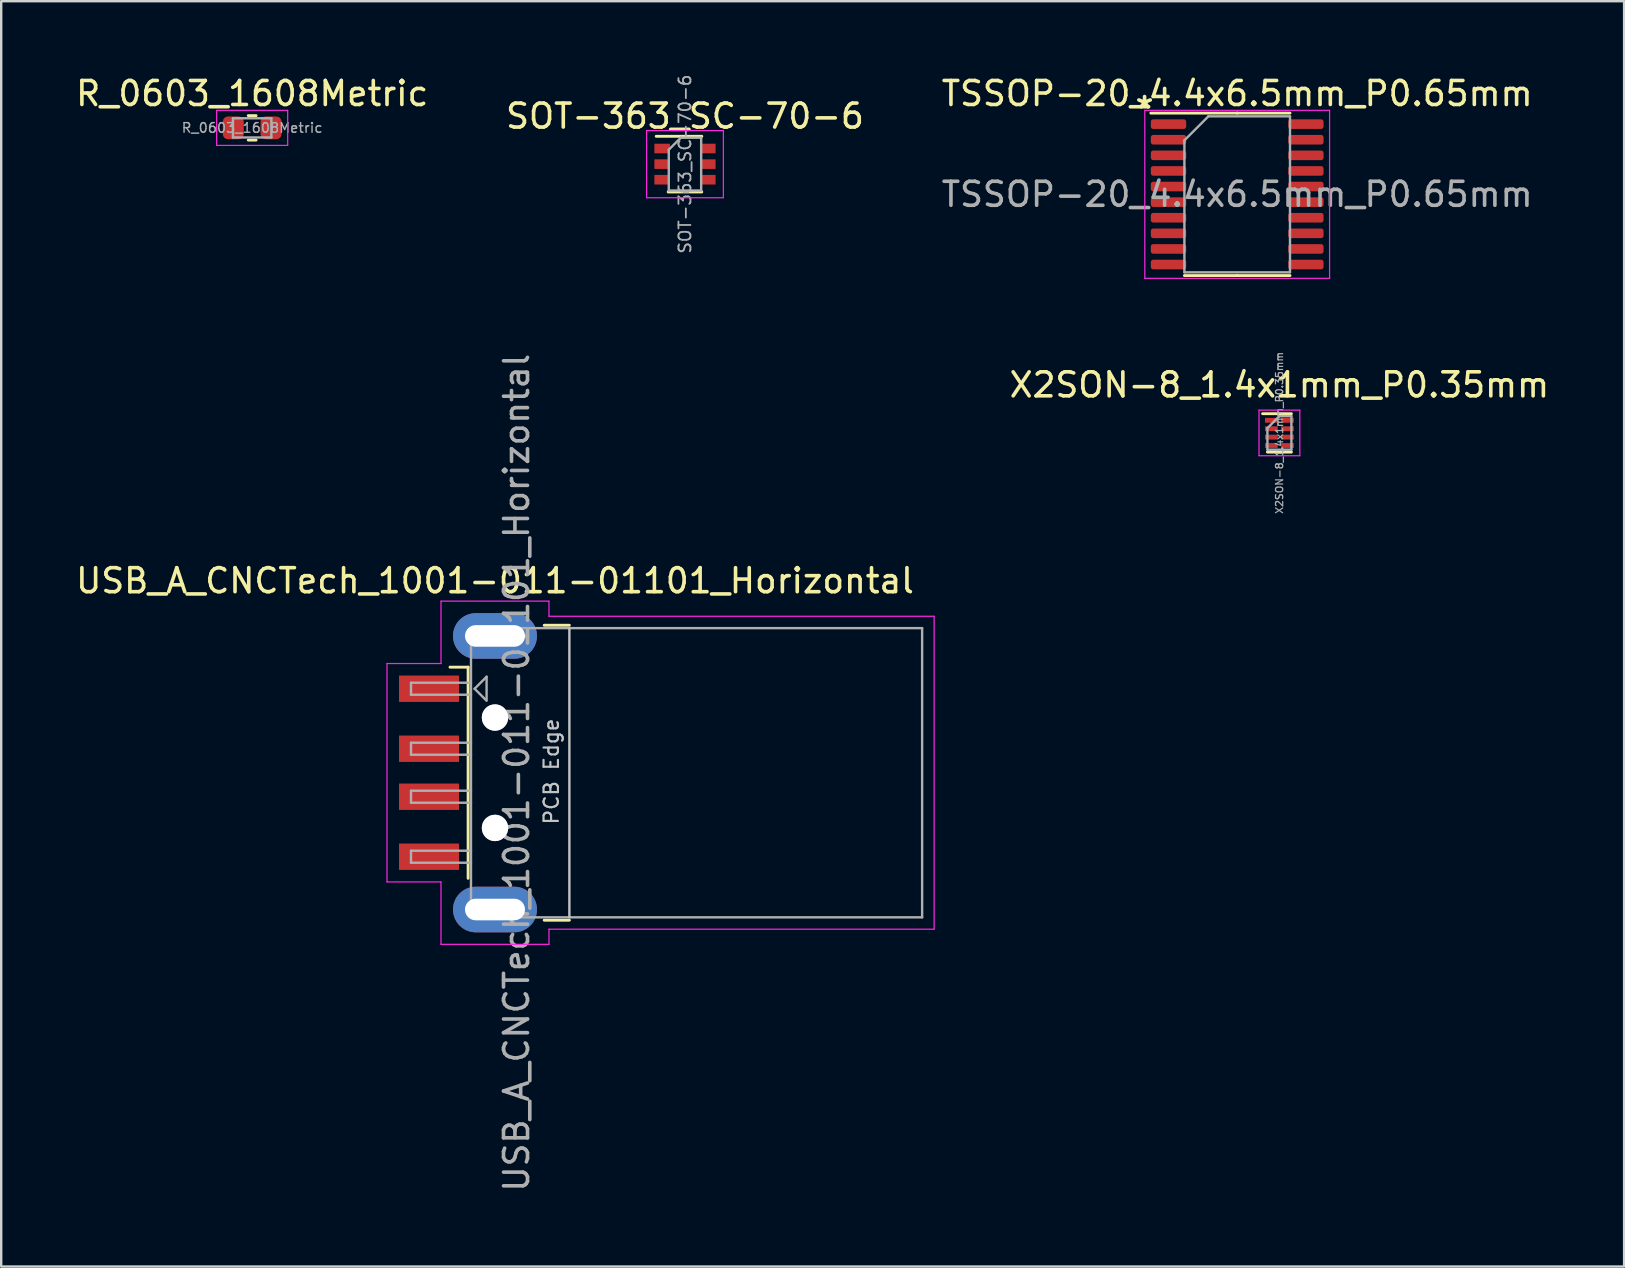
<source format=kicad_pcb>
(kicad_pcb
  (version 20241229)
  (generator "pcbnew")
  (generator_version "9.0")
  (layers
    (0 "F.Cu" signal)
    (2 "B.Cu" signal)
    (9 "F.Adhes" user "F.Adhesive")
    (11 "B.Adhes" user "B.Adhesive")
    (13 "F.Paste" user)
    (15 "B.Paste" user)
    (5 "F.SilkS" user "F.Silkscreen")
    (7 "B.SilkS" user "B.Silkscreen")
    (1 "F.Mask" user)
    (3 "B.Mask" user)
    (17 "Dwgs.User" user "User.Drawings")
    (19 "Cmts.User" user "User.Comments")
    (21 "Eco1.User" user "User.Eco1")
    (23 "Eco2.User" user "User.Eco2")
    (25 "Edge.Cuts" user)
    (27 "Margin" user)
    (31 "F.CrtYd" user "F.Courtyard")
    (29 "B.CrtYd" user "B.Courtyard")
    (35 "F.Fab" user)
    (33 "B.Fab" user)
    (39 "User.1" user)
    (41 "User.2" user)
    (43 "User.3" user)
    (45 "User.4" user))
  (footprint "USB_A_CNCTech_1001-011-01101_Horizontal"
    (layer "F.Cu")
    (at 24.477 29.151)
    (property "Reference" "USB_A_CNCTech_1001-011-01101_Horizontal" (at -6.9 -8 0) (layer "F.SilkS") (effects (font (size 1 1) (thickness 0.15))))
    (attr smd)
    (fp_line (start -8.02 -4.4) (end -8.775 -4.4) (stroke (width 0.12) (type solid)) (layer "F.SilkS"))
    (fp_line (start -8.02 -4.4) (end -8.02 4.4) (stroke (width 0.12) (type solid)) (layer "F.SilkS"))
    (fp_line (start -4.85 -6.145) (end -3.8 -6.145) (stroke (width 0.12) (type solid)) (layer "F.SilkS"))
    (fp_line (start -4.85 6.145) (end -3.8 6.145) (stroke (width 0.12) (type solid)) (layer "F.SilkS"))
    (fp_line (start -3.8 6.025) (end -3.8 -6.025) (stroke (width 0.1) (type solid)) (layer "Dwgs.User"))
    (fp_line (start -11.4 -4.55) (end -9.15 -4.55) (stroke (width 0.05) (type solid)) (layer "F.CrtYd"))
    (fp_line (start -11.4 4.55) (end -11.4 -4.55) (stroke (width 0.05) (type solid)) (layer "F.CrtYd"))
    (fp_line (start -11.4 4.55) (end -9.15 4.55) (stroke (width 0.05) (type solid)) (layer "F.CrtYd"))
    (fp_line (start -9.15 -7.15) (end -9.15 -4.55) (stroke (width 0.05) (type solid)) (layer "F.CrtYd"))
    (fp_line (start -9.15 -7.15) (end -4.65 -7.15) (stroke (width 0.05) (type solid)) (layer "F.CrtYd"))
    (fp_line (start -9.15 4.55) (end -9.15 7.15) (stroke (width 0.05) (type solid)) (layer "F.CrtYd"))
    (fp_line (start -9.15 7.15) (end -4.65 7.15) (stroke (width 0.05) (type solid)) (layer "F.CrtYd"))
    (fp_line (start -4.65 -6.52) (end -4.65 -7.15) (stroke (width 0.05) (type solid)) (layer "F.CrtYd"))
    (fp_line (start -4.65 -6.52) (end 11.4 -6.52) (stroke (width 0.05) (type solid)) (layer "F.CrtYd"))
    (fp_line (start -4.65 6.52) (end 11.4 6.52) (stroke (width 0.05) (type solid)) (layer "F.CrtYd"))
    (fp_line (start -4.65 7.15) (end -4.65 6.52) (stroke (width 0.05) (type solid)) (layer "F.CrtYd"))
    (fp_line (start 11.4 6.52) (end 11.4 -6.52) (stroke (width 0.05) (type solid)) (layer "F.CrtYd"))
    (fp_line (start -10.4 -3.75) (end -7.9 -3.75) (stroke (width 0.1) (type solid)) (layer "F.Fab"))
    (fp_line (start -10.4 -3.25) (end -10.4 -3.75) (stroke (width 0.1) (type solid)) (layer "F.Fab"))
    (fp_line (start -10.4 -3.25) (end -7.9 -3.25) (stroke (width 0.1) (type solid)) (layer "F.Fab"))
    (fp_line (start -10.4 -1.25) (end -7.9 -1.25) (stroke (width 0.1) (type solid)) (layer "F.Fab"))
    (fp_line (start -10.4 -0.75) (end -10.4 -1.25) (stroke (width 0.1) (type solid)) (layer "F.Fab"))
    (fp_line (start -10.4 -0.75) (end -7.9 -0.75) (stroke (width 0.1) (type solid)) (layer "F.Fab"))
    (fp_line (start -10.4 0.75) (end -7.9 0.75) (stroke (width 0.1) (type solid)) (layer "F.Fab"))
    (fp_line (start -10.4 1.25) (end -10.4 0.75) (stroke (width 0.1) (type solid)) (layer "F.Fab"))
    (fp_line (start -10.4 1.25) (end -7.9 1.25) (stroke (width 0.1) (type solid)) (layer "F.Fab"))
    (fp_line (start -10.4 3.25) (end -7.9 3.25) (stroke (width 0.1) (type solid)) (layer "F.Fab"))
    (fp_line (start -10.4 3.75) (end -10.4 3.25) (stroke (width 0.1) (type solid)) (layer "F.Fab"))
    (fp_line (start -10.4 3.75) (end -7.9 3.75) (stroke (width 0.1) (type solid)) (layer "F.Fab"))
    (fp_line (start -7.9 -6.025) (end 10.9 -6.025) (stroke (width 0.1) (type solid)) (layer "F.Fab"))
    (fp_line (start -7.9 6.025) (end -7.9 -6.025) (stroke (width 0.1) (type solid)) (layer "F.Fab"))
    (fp_line (start -7.9 6.025) (end 10.9 6.025) (stroke (width 0.1) (type solid)) (layer "F.Fab"))
    (fp_line (start -7.75 -3.5) (end -7.25 -4) (stroke (width 0.1) (type solid)) (layer "F.Fab"))
    (fp_line (start -7.75 -3.5) (end -7.25 -3) (stroke (width 0.1) (type solid)) (layer "F.Fab"))
    (fp_line (start -7.25 -4) (end -7.25 -3.05) (stroke (width 0.1) (type solid)) (layer "F.Fab"))
    (fp_line (start 10.9 6.025) (end 10.9 -6.025) (stroke (width 0.1) (type solid)) (layer "F.Fab"))
    (fp_circle (center -6.9 -2.3) (end -6.9 -2.8) (stroke (width 0.1) (type solid)) (fill no) (layer "F.Fab"))
    (fp_circle (center -6.9 2.3) (end -6.9 2.8) (stroke (width 0.1) (type solid)) (fill no) (layer "F.Fab"))
    (fp_text user "PCB Edge" (at -4.55 -0.05 90) (layer "Dwgs.User") (effects (font (size 0.6 0.6) (thickness 0.09))))
    (fp_text user "${REFERENCE}" (at -6 0 90) (layer "F.Fab") (effects (font (size 1 1) (thickness 0.15))))
    (pad "" np_thru_hole circle (at -6.9 -2.3) (size 1.1 1.1) (drill 1.1) (layers "*.Cu" "*.Mask"))
    (pad "" np_thru_hole circle (at -6.9 2.3) (size 1.1 1.1) (drill 1.1) (layers "*.Cu" "*.Mask"))
    (pad "1" smd rect (at -9.65 -3.5) (size 2.5 1.1) (layers "F.Cu" "F.Mask" "F.Paste"))
    (pad "2" smd rect (at -9.65 -1) (size 2.5 1.1) (layers "F.Cu" "F.Mask" "F.Paste"))
    (pad "3" smd rect (at -9.65 1) (size 2.5 1.1) (layers "F.Cu" "F.Mask" "F.Paste"))
    (pad "4" smd rect (at -9.65 3.5) (size 2.5 1.1) (layers "F.Cu" "F.Mask" "F.Paste"))
    (pad "5" thru_hole oval (at -6.9 -5.7) (size 3.5 1.9) (drill oval 2.5 0.9) (layers "*.Cu" "*.Mask"))
    (pad "5" thru_hole oval (at -6.9 5.7) (size 3.5 1.9) (drill oval 2.5 0.9) (layers "*.Cu" "*.Mask")))
  (footprint "TSSOP-20_4.4x6.5mm_P0.65mm"
    (layer "F.Cu")
    (at 48.506 5.048)
    (property "Reference" "TSSOP-20_4.4x6.5mm_P0.65mm" (at 0 -4.2 0) (layer "F.SilkS") (effects (font (size 1 1) (thickness 0.15))))
    (attr smd)
    (fp_line (start 0 -3.385) (end -3.6 -3.385) (stroke (width 0.12) (type solid)) (layer "F.SilkS"))
    (fp_line (start 0 -3.385) (end 2.2 -3.385) (stroke (width 0.12) (type solid)) (layer "F.SilkS"))
    (fp_line (start 0 3.385) (end -2.2 3.385) (stroke (width 0.12) (type solid)) (layer "F.SilkS"))
    (fp_line (start 0 3.385) (end 2.2 3.385) (stroke (width 0.12) (type solid)) (layer "F.SilkS"))
    (fp_line (start -3.85 -3.5) (end -3.85 3.5) (stroke (width 0.05) (type solid)) (layer "F.CrtYd"))
    (fp_line (start -3.85 3.5) (end 3.85 3.5) (stroke (width 0.05) (type solid)) (layer "F.CrtYd"))
    (fp_line (start 3.85 -3.5) (end -3.85 -3.5) (stroke (width 0.05) (type solid)) (layer "F.CrtYd"))
    (fp_line (start 3.85 3.5) (end 3.85 -3.5) (stroke (width 0.05) (type solid)) (layer "F.CrtYd"))
    (fp_line (start -2.2 -2.25) (end -1.2 -3.25) (stroke (width 0.1) (type solid)) (layer "F.Fab"))
    (fp_line (start -2.2 3.25) (end -2.2 -2.25) (stroke (width 0.1) (type solid)) (layer "F.Fab"))
    (fp_line (start -1.2 -3.25) (end 2.2 -3.25) (stroke (width 0.1) (type solid)) (layer "F.Fab"))
    (fp_line (start 2.2 -3.25) (end 2.2 3.25) (stroke (width 0.1) (type solid)) (layer "F.Fab"))
    (fp_line (start 2.2 3.25) (end -2.2 3.25) (stroke (width 0.1) (type solid)) (layer "F.Fab"))
    (fp_text user "*" (at -3.86 -3.53 0) (layer "F.SilkS") (effects (font (size 1 1) (thickness 0.15))))
    (fp_text user "${REFERENCE}" (at 0 0 0) (layer "F.Fab") (effects (font (size 1 1) (thickness 0.15))))
    (pad "1" smd roundrect (at -2.862 -2.925) (size 1.475 0.4) (layers "F.Cu" "F.Mask" "F.Paste") (roundrect_rratio 0.25))
    (pad "2" smd roundrect (at -2.862 -2.275) (size 1.475 0.4) (layers "F.Cu" "F.Mask" "F.Paste") (roundrect_rratio 0.25))
    (pad "3" smd roundrect (at -2.862 -1.625) (size 1.475 0.4) (layers "F.Cu" "F.Mask" "F.Paste") (roundrect_rratio 0.25))
    (pad "4" smd roundrect (at -2.862 -0.975) (size 1.475 0.4) (layers "F.Cu" "F.Mask" "F.Paste") (roundrect_rratio 0.25))
    (pad "5" smd roundrect (at -2.862 -0.325) (size 1.475 0.4) (layers "F.Cu" "F.Mask" "F.Paste") (roundrect_rratio 0.25))
    (pad "6" smd roundrect (at -2.862 0.325) (size 1.475 0.4) (layers "F.Cu" "F.Mask" "F.Paste") (roundrect_rratio 0.25))
    (pad "7" smd roundrect (at -2.862 0.975) (size 1.475 0.4) (layers "F.Cu" "F.Mask" "F.Paste") (roundrect_rratio 0.25))
    (pad "8" smd roundrect (at -2.862 1.625) (size 1.475 0.4) (layers "F.Cu" "F.Mask" "F.Paste") (roundrect_rratio 0.25))
    (pad "9" smd roundrect (at -2.862 2.275) (size 1.475 0.4) (layers "F.Cu" "F.Mask" "F.Paste") (roundrect_rratio 0.25))
    (pad "10" smd roundrect (at -2.862 2.925) (size 1.475 0.4) (layers "F.Cu" "F.Mask" "F.Paste") (roundrect_rratio 0.25))
    (pad "11" smd roundrect (at 2.862 2.925) (size 1.475 0.4) (layers "F.Cu" "F.Mask" "F.Paste") (roundrect_rratio 0.25))
    (pad "12" smd roundrect (at 2.862 2.275) (size 1.475 0.4) (layers "F.Cu" "F.Mask" "F.Paste") (roundrect_rratio 0.25))
    (pad "13" smd roundrect (at 2.862 1.625) (size 1.475 0.4) (layers "F.Cu" "F.Mask" "F.Paste") (roundrect_rratio 0.25))
    (pad "14" smd roundrect (at 2.862 0.975) (size 1.475 0.4) (layers "F.Cu" "F.Mask" "F.Paste") (roundrect_rratio 0.25))
    (pad "15" smd roundrect (at 2.862 0.325) (size 1.475 0.4) (layers "F.Cu" "F.Mask" "F.Paste") (roundrect_rratio 0.25))
    (pad "16" smd roundrect (at 2.862 -0.325) (size 1.475 0.4) (layers "F.Cu" "F.Mask" "F.Paste") (roundrect_rratio 0.25))
    (pad "17" smd roundrect (at 2.862 -0.975) (size 1.475 0.4) (layers "F.Cu" "F.Mask" "F.Paste") (roundrect_rratio 0.25))
    (pad "18" smd roundrect (at 2.862 -1.625) (size 1.475 0.4) (layers "F.Cu" "F.Mask" "F.Paste") (roundrect_rratio 0.25))
    (pad "19" smd roundrect (at 2.862 -2.275) (size 1.475 0.4) (layers "F.Cu" "F.Mask" "F.Paste") (roundrect_rratio 0.25))
    (pad "20" smd roundrect (at 2.862 -2.925) (size 1.475 0.4) (layers "F.Cu" "F.Mask" "F.Paste") (roundrect_rratio 0.25)))
  (footprint "R_0603_1608Metric"
    (layer "F.Cu")
    (at 7.458 2.278)
    (property "Reference" "R_0603_1608Metric" (at 0 -1.43 0) (layer "F.SilkS") (effects (font (size 1 1) (thickness 0.15))))
    (attr smd)
    (fp_line (start -0.163 -0.51) (end 0.163 -0.51) (stroke (width 0.12) (type solid)) (layer "F.SilkS"))
    (fp_line (start -0.163 0.51) (end 0.163 0.51) (stroke (width 0.12) (type solid)) (layer "F.SilkS"))
    (fp_line (start -1.48 -0.73) (end 1.48 -0.73) (stroke (width 0.05) (type solid)) (layer "F.CrtYd"))
    (fp_line (start -1.48 0.73) (end -1.48 -0.73) (stroke (width 0.05) (type solid)) (layer "F.CrtYd"))
    (fp_line (start 1.48 -0.73) (end 1.48 0.73) (stroke (width 0.05) (type solid)) (layer "F.CrtYd"))
    (fp_line (start 1.48 0.73) (end -1.48 0.73) (stroke (width 0.05) (type solid)) (layer "F.CrtYd"))
    (fp_line (start -0.8 -0.4) (end 0.8 -0.4) (stroke (width 0.1) (type solid)) (layer "F.Fab"))
    (fp_line (start -0.8 0.4) (end -0.8 -0.4) (stroke (width 0.1) (type solid)) (layer "F.Fab"))
    (fp_line (start 0.8 -0.4) (end 0.8 0.4) (stroke (width 0.1) (type solid)) (layer "F.Fab"))
    (fp_line (start 0.8 0.4) (end -0.8 0.4) (stroke (width 0.1) (type solid)) (layer "F.Fab"))
    (fp_text user "${REFERENCE}" (at 0 0 0) (layer "F.Fab") (effects (font (size 0.4 0.4) (thickness 0.06))))
    (pad "1" smd roundrect (at -0.787 0) (size 0.875 0.95) (layers "F.Cu" "F.Mask" "F.Paste") (roundrect_rratio 0.25))
    (pad "2" smd roundrect (at 0.787 0) (size 0.875 0.95) (layers "F.Cu" "F.Mask" "F.Paste") (roundrect_rratio 0.25)))
  (footprint "SOT-363_SC-70-6"
    (layer "F.Cu")
    (at 25.494 3.789)
    (property "Reference" "SOT-363_SC-70-6" (at 0 -2 0) (layer "F.SilkS") (effects (font (size 1 1) (thickness 0.15))))
    (attr smd)
    (fp_line (start -0.7 1.16) (end 0.7 1.16) (stroke (width 0.12) (type solid)) (layer "F.SilkS"))
    (fp_line (start 0.7 -1.16) (end -1.2 -1.16) (stroke (width 0.12) (type solid)) (layer "F.SilkS"))
    (fp_line (start -1.6 -1.4) (end -1.6 1.4) (stroke (width 0.05) (type solid)) (layer "F.CrtYd"))
    (fp_line (start -1.6 -1.4) (end 1.6 -1.4) (stroke (width 0.05) (type solid)) (layer "F.CrtYd"))
    (fp_line (start -1.6 1.4) (end 1.6 1.4) (stroke (width 0.05) (type solid)) (layer "F.CrtYd"))
    (fp_line (start 1.6 1.4) (end 1.6 -1.4) (stroke (width 0.05) (type solid)) (layer "F.CrtYd"))
    (fp_line (start -0.675 -0.6) (end -0.675 1.1) (stroke (width 0.1) (type solid)) (layer "F.Fab"))
    (fp_line (start -0.175 -1.1) (end -0.675 -0.6) (stroke (width 0.1) (type solid)) (layer "F.Fab"))
    (fp_line (start 0.675 -1.1) (end -0.175 -1.1) (stroke (width 0.1) (type solid)) (layer "F.Fab"))
    (fp_line (start 0.675 -1.1) (end 0.675 1.1) (stroke (width 0.1) (type solid)) (layer "F.Fab"))
    (fp_line (start 0.675 1.1) (end -0.675 1.1) (stroke (width 0.1) (type solid)) (layer "F.Fab"))
    (fp_text user "${REFERENCE}" (at 0 0 90) (layer "F.Fab") (effects (font (size 0.5 0.5) (thickness 0.075))))
    (pad "1" smd rect (at -0.95 -0.65) (size 0.65 0.4) (layers "F.Cu" "F.Mask" "F.Paste"))
    (pad "2" smd rect (at -0.95 0) (size 0.65 0.4) (layers "F.Cu" "F.Mask" "F.Paste"))
    (pad "3" smd rect (at -0.95 0.65) (size 0.65 0.4) (layers "F.Cu" "F.Mask" "F.Paste"))
    (pad "4" smd rect (at 0.95 0.65) (size 0.65 0.4) (layers "F.Cu" "F.Mask" "F.Paste"))
    (pad "5" smd rect (at 0.95 0) (size 0.65 0.4) (layers "F.Cu" "F.Mask" "F.Paste"))
    (pad "6" smd rect (at 0.95 -0.65) (size 0.65 0.4) (layers "F.Cu" "F.Mask" "F.Paste")))
  (footprint "X2SON-8_1.4x1mm_P0.35mm"
    (layer "F.Cu")
    (at 50.265 14.99)
    (property "Reference" "X2SON-8_1.4x1mm_P0.35mm" (at 0 -2 0) (layer "F.SilkS") (effects (font (size 1 1) (thickness 0.15))))
    (attr smd)
    (fp_line (start 0.5 -0.8) (end -0.7 -0.8) (stroke (width 0.12) (type solid)) (layer "F.SilkS"))
    (fp_line (start 0.5 0.8) (end -0.5 0.8) (stroke (width 0.12) (type solid)) (layer "F.SilkS"))
    (fp_line (start -0.85 -0.95) (end 0.85 -0.95) (stroke (width 0.05) (type solid)) (layer "F.CrtYd"))
    (fp_line (start -0.85 0.95) (end -0.85 -0.95) (stroke (width 0.05) (type solid)) (layer "F.CrtYd"))
    (fp_line (start 0.85 -0.95) (end 0.85 0.95) (stroke (width 0.05) (type solid)) (layer "F.CrtYd"))
    (fp_line (start 0.85 0.95) (end -0.85 0.95) (stroke (width 0.05) (type solid)) (layer "F.CrtYd"))
    (fp_line (start -0.5 0.7) (end -0.5 -0.2) (stroke (width 0.1) (type solid)) (layer "F.Fab"))
    (fp_line (start 0 -0.7) (end -0.5 -0.2) (stroke (width 0.1) (type solid)) (layer "F.Fab"))
    (fp_line (start 0 -0.7) (end 0.5 -0.7) (stroke (width 0.1) (type solid)) (layer "F.Fab"))
    (fp_line (start 0.5 -0.7) (end 0.5 0.7) (stroke (width 0.1) (type solid)) (layer "F.Fab"))
    (fp_line (start 0.5 0.7) (end -0.5 0.7) (stroke (width 0.1) (type solid)) (layer "F.Fab"))
    (fp_text user "${REFERENCE}" (at 0 0 90) (layer "F.Fab") (effects (font (size 0.3 0.3) (thickness 0.05))))
    (pad "1" smd rect (at -0.335 -0.525 270) (size 0.2 0.53) (layers "F.Cu" "F.Mask" "F.Paste"))
    (pad "2" smd rect (at -0.335 -0.175 270) (size 0.2 0.53) (layers "F.Cu" "F.Mask" "F.Paste"))
    (pad "3" smd rect (at -0.335 0.175 270) (size 0.2 0.53) (layers "F.Cu" "F.Mask" "F.Paste"))
    (pad "4" smd rect (at -0.335 0.525 270) (size 0.2 0.53) (layers "F.Cu" "F.Mask" "F.Paste"))
    (pad "5" smd rect (at 0.335 0.525 270) (size 0.2 0.53) (layers "F.Cu" "F.Mask" "F.Paste"))
    (pad "6" smd rect (at 0.335 0.175 270) (size 0.2 0.53) (layers "F.Cu" "F.Mask" "F.Paste"))
    (pad "7" smd rect (at 0.335 -0.175 270) (size 0.2 0.53) (layers "F.Cu" "F.Mask" "F.Paste"))
    (pad "8" smd rect (at 0.335 -0.525 270) (size 0.2 0.53) (layers "F.Cu" "F.Mask" "F.Paste")))
  (gr_rect
    (start -3 -3)
    (end 64.629 49.728)
    (stroke (width 0.1) (type default))
    (fill no)
    (layer "Edge.Cuts")))
</source>
